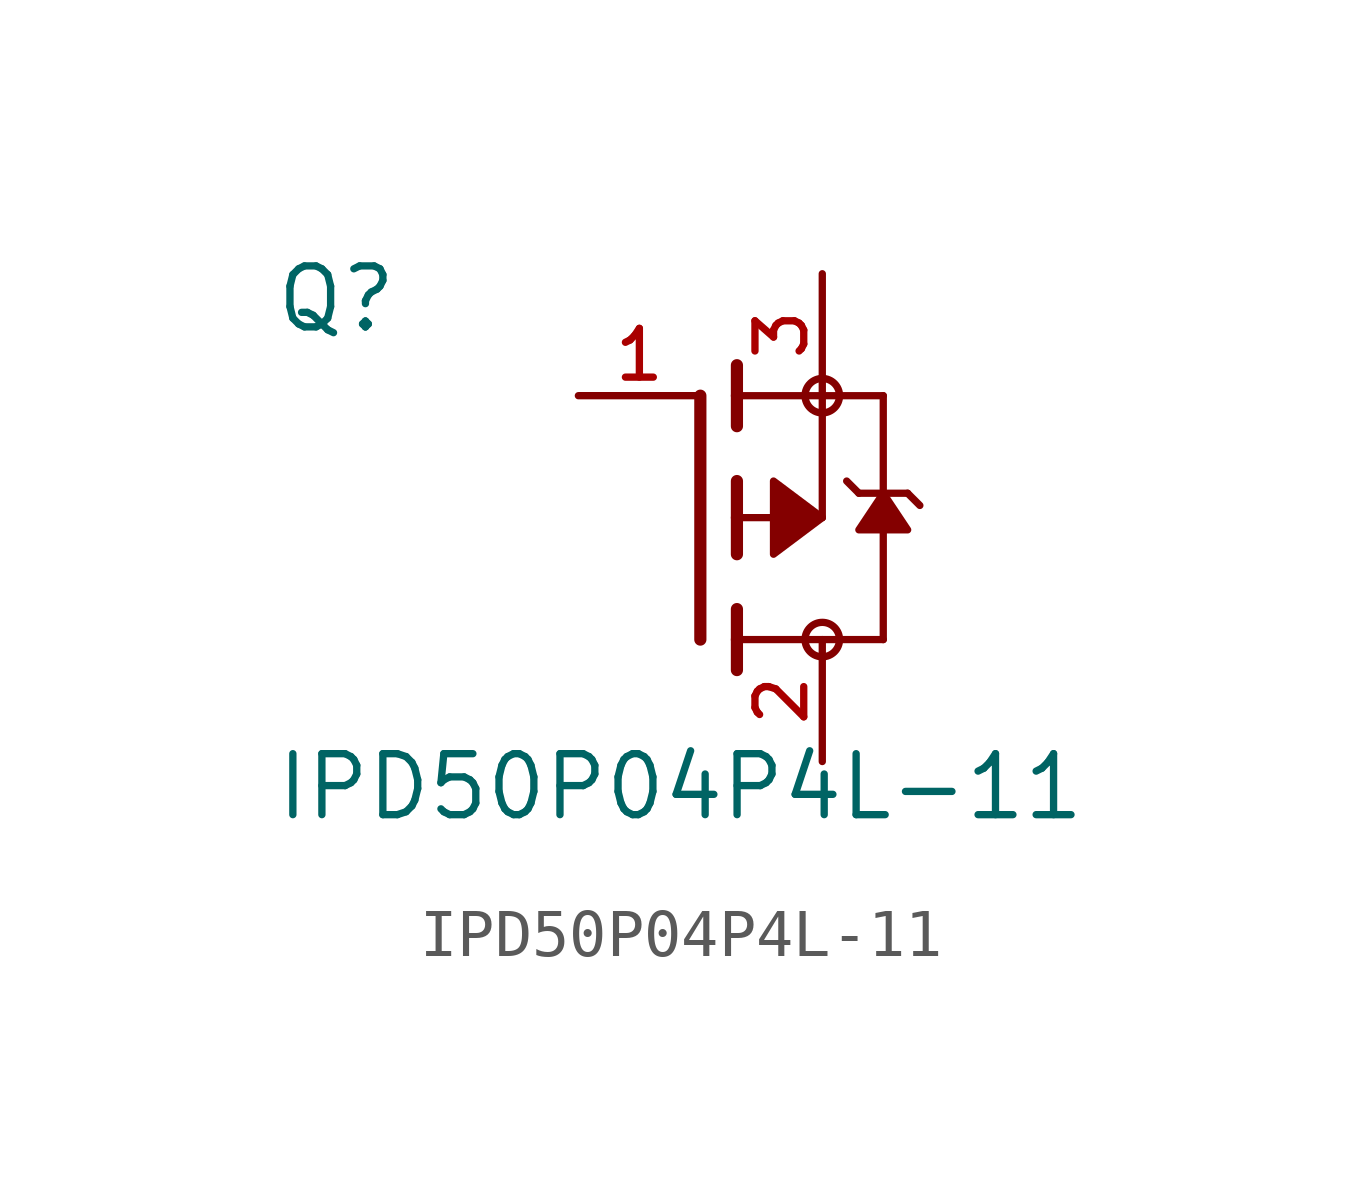
<source format=kicad_sym>
(kicad_symbol_lib
  (version 20211014)
  (generator kicad_symbol_editor)
  (symbol "IPD50P04P4L-11"
    (pin_names
      (offset 1.016))
    (property "Reference" "Q"
      (at -8.89 3.81 0)
      (effects (font (size 1.27 1.27)) (justify bottom left)))
    (property "Value" "IPD50P04P4L-11"
      (at -8.89 -6.35 0)
      (effects (font (size 1.27 1.27)) (justify bottom left)))
    (symbol "IPD50P04P4L-11_0_0"
      (polyline (pts (xy 0.762 -0.762) (xy 0.762 0.0)) (stroke (width 0.254)))
      (polyline (pts (xy 0.762 0.0) (xy 0.762 0.762)) (stroke (width 0.254)))
      (polyline (pts (xy 0.762 -3.175) (xy 0.762 -2.54)) (stroke (width 0.254)))
      (polyline (pts (xy 0.762 -2.54) (xy 0.762 -1.905)) (stroke (width 0.254)))
      (polyline (pts (xy 0.762 0.0) (xy 2.54 0.0)) (stroke (width 0.152)))
      (polyline (pts (xy 2.54 0.0) (xy 2.54 2.54)) (stroke (width 0.152)))
      (polyline (pts (xy 0.762 1.905) (xy 0.762 2.54)) (stroke (width 0.254)))
      (polyline (pts (xy 0.762 2.54) (xy 0.762 3.175)) (stroke (width 0.254)))
      (polyline (pts (xy 0.0 -2.54) (xy 0.0 2.54)) (stroke (width 0.254)))
      (polyline (pts (xy 2.54 2.54) (xy 0.762 2.54)) (stroke (width 0.152)))
      (polyline (pts (xy 3.81 -2.54) (xy 3.81 0.508)) (stroke (width 0.152)))
      (polyline (pts (xy 3.81 0.508) (xy 3.81 2.54)) (stroke (width 0.152)))
      (polyline (pts (xy 2.54 2.54) (xy 3.81 2.54)) (stroke (width 0.152)))
      (polyline (pts (xy 0.762 -2.54) (xy 3.81 -2.54)) (stroke (width 0.152)))
      (polyline (pts (xy 3.048 0.762) (xy 3.302 0.508)) (stroke (width 0.152)))
      (polyline (pts (xy 3.302 0.508) (xy 3.81 0.508)) (stroke (width 0.152)))
      (polyline (pts (xy 3.81 0.508) (xy 4.318 0.508)) (stroke (width 0.152)))
      (polyline (pts (xy 4.318 0.508) (xy 4.572 0.254)) (stroke (width 0.152)))
      (circle (center 2.54 2.54) (radius 0.359) (stroke (width 0.0)) (fill (type none)))
      (circle (center 2.54 -2.54) (radius 0.359) (stroke (width 0.0)) (fill (type none)))
      (polyline (pts (xy 3.81 0.508) (xy 4.318 -0.254) (xy 3.302 -0.254) (xy 3.81 0.508)) (stroke (width 0.152)) (fill (type outline)))
      (polyline (pts (xy 2.54 0.0) (xy 1.524 0.762) (xy 1.524 -0.762) (xy 2.54 0.0)) (stroke (width 0.152)) (fill (type outline)))
      (pin passive line (at 2.54 5.08 270.0) (length 2.54) (name "~" (effects (font (size 1.016 1.016)))) (number "3" (effects (font (size 1.016 1.016)))))
      (pin passive line (at -2.54 2.54 0) (length 2.54) (name "~" (effects (font (size 1.016 1.016)))) (number "1" (effects (font (size 1.016 1.016)))))
      (pin passive line (at 2.54 -5.08 90.0) (length 2.54) (name "~" (effects (font (size 1.016 1.016)))) (number "2" (effects (font (size 1.016 1.016))))))))
</source>
